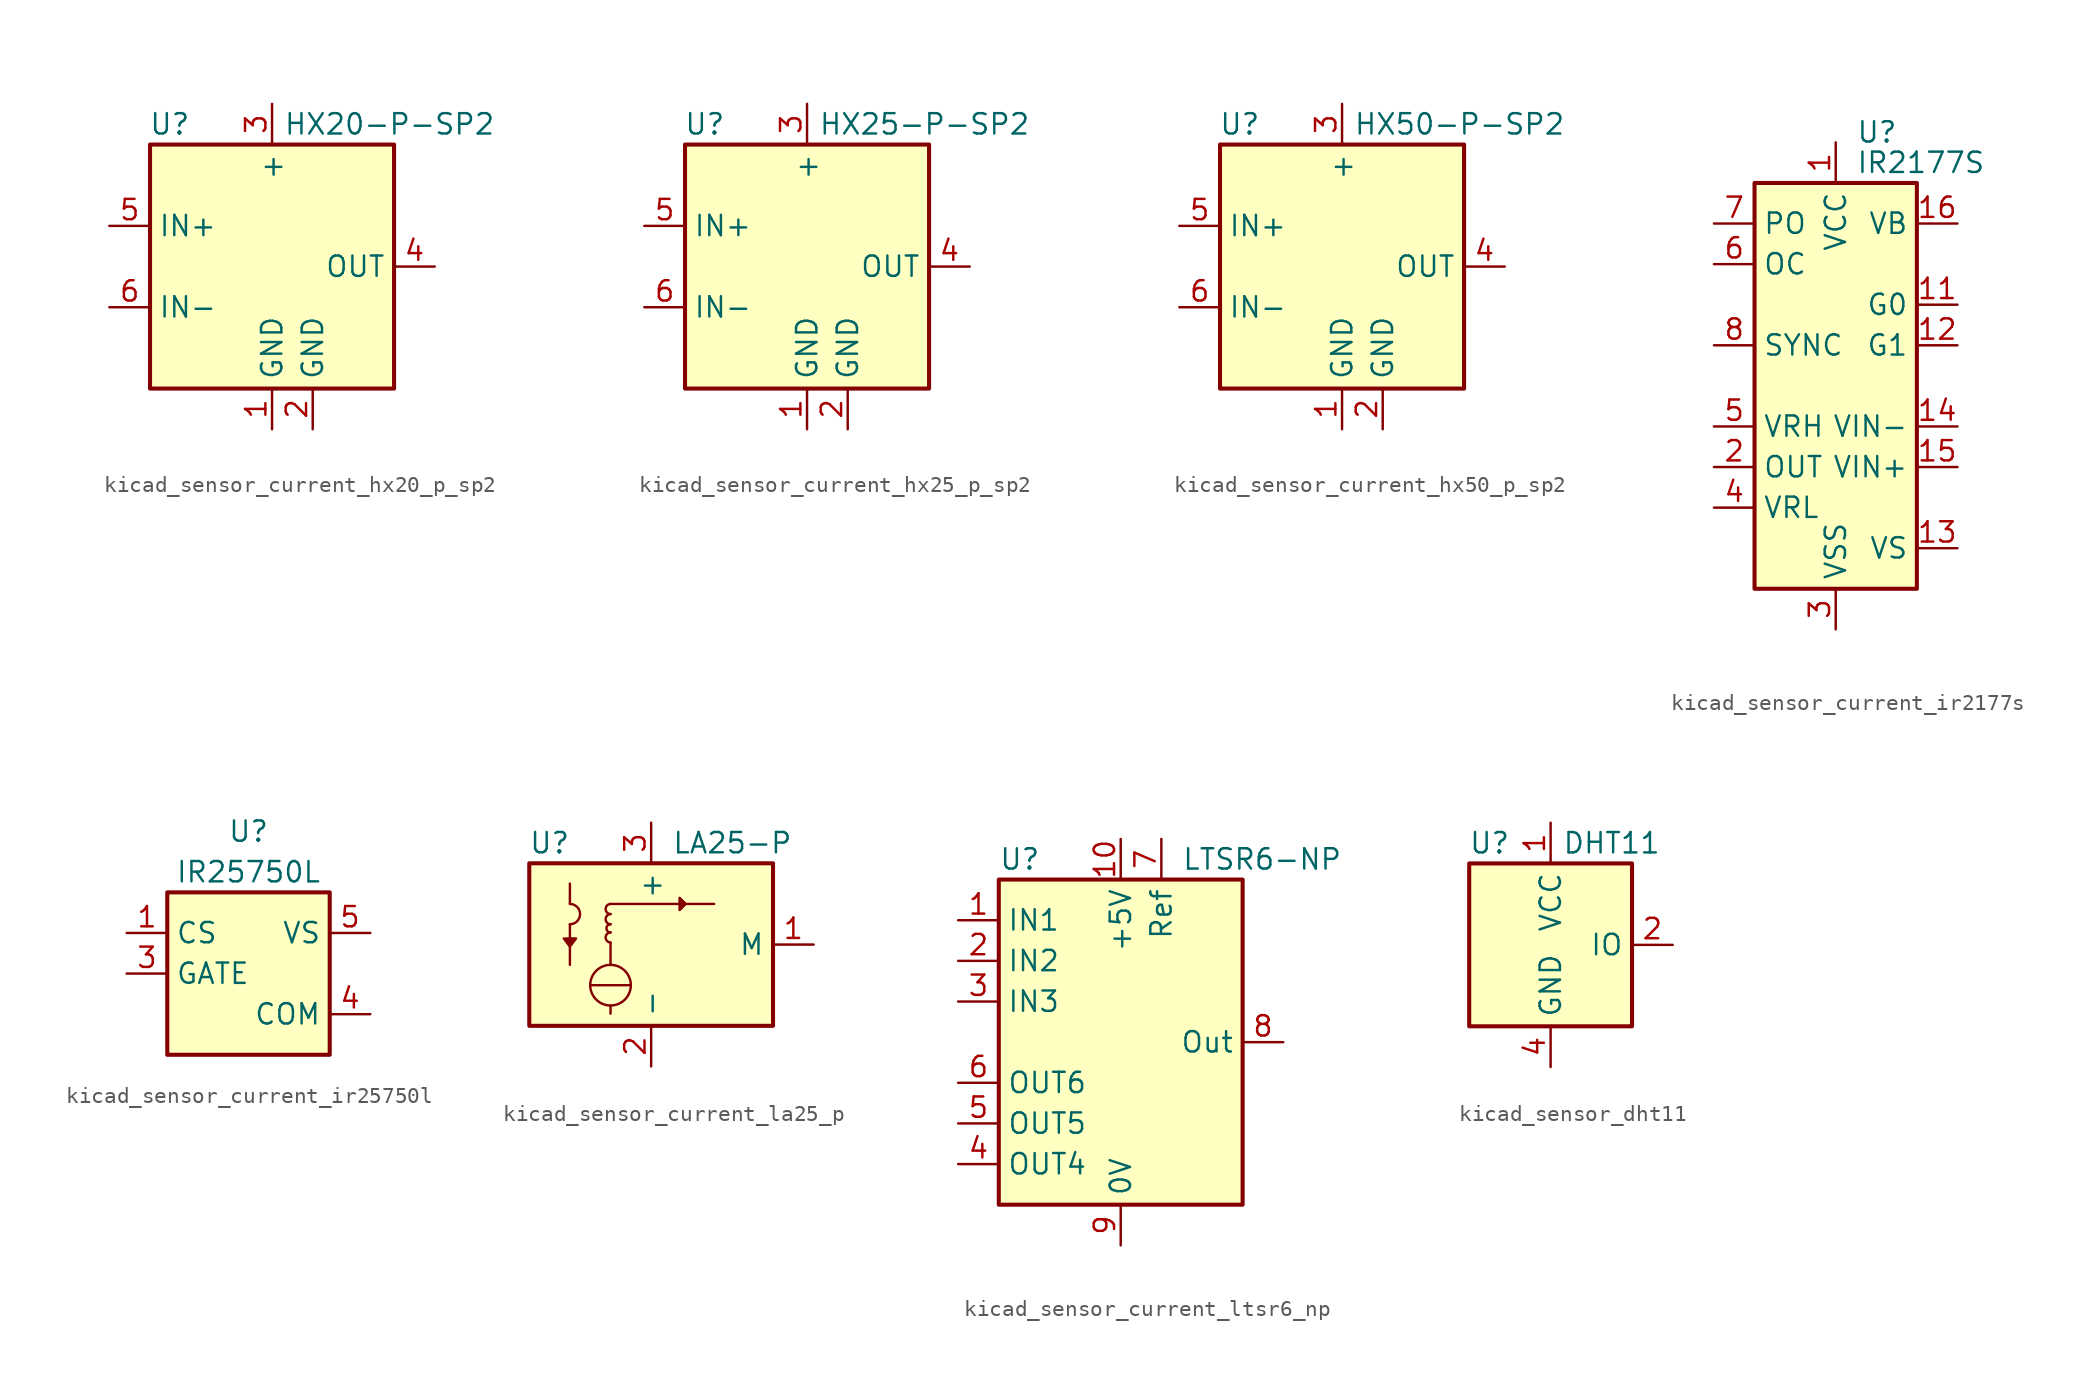
<source format=kicad_sym>
(kicad_symbol_lib
  (version 20220914)
  (generator kicad_symbol_editor)
  (symbol "kicad_sensor_current_hx20_p_sp2"
    (property "Reference" "U"
      (at -5.08 8.89 0)
      (effects (font (size 1.27 1.27)) (justify right)))
    (property "Value" "HX20-P-SP2"
      (at 13.97 8.89 0)
      (effects (font (size 1.27 1.27)) (justify right)))
    (symbol "kicad_sensor_current_hx20_p_sp2_0_1"
      (rectangle (start -7.62 7.62) (end 7.62 -7.62) (stroke (width 0.254) (type default)) (fill (type background))))
    (symbol "kicad_sensor_current_hx20_p_sp2_1_1"
      (pin power_in line (at 0 -10.16 90) (length 2.54) (name "GND" (effects (font (size 1.27 1.27)))) (number "1" (effects (font (size 1.27 1.27)))))
      (pin power_in line (at 2.54 -10.16 90) (length 2.54) (name "GND" (effects (font (size 1.27 1.27)))) (number "2" (effects (font (size 1.27 1.27)))))
      (pin power_in line (at 0 10.16 270) (length 2.54) (name "+" (effects (font (size 1.27 1.27)))) (number "3" (effects (font (size 1.27 1.27)))))
      (pin output line (at 10.16 0 180) (length 2.54) (name "OUT" (effects (font (size 1.27 1.27)))) (number "4" (effects (font (size 1.27 1.27)))))
      (pin passive line (at -10.16 2.54 0) (length 2.54) (name "IN+" (effects (font (size 1.27 1.27)))) (number "5" (effects (font (size 1.27 1.27)))))
      (pin passive line (at -10.16 -2.54 0) (length 2.54) (name "IN-" (effects (font (size 1.27 1.27)))) (number "6" (effects (font (size 1.27 1.27)))))))
  (symbol "kicad_sensor_current_hx25_p_sp2"
    (property "Reference" "U"
      (at -5.08 8.89 0)
      (effects (font (size 1.27 1.27)) (justify right)))
    (property "Value" "HX25-P-SP2"
      (at 13.97 8.89 0)
      (effects (font (size 1.27 1.27)) (justify right)))
    (symbol "kicad_sensor_current_hx25_p_sp2_0_1"
      (rectangle (start -7.62 7.62) (end 7.62 -7.62) (stroke (width 0.254) (type default)) (fill (type background))))
    (symbol "kicad_sensor_current_hx25_p_sp2_1_1"
      (pin power_in line (at 0 -10.16 90) (length 2.54) (name "GND" (effects (font (size 1.27 1.27)))) (number "1" (effects (font (size 1.27 1.27)))))
      (pin power_in line (at 2.54 -10.16 90) (length 2.54) (name "GND" (effects (font (size 1.27 1.27)))) (number "2" (effects (font (size 1.27 1.27)))))
      (pin power_in line (at 0 10.16 270) (length 2.54) (name "+" (effects (font (size 1.27 1.27)))) (number "3" (effects (font (size 1.27 1.27)))))
      (pin output line (at 10.16 0 180) (length 2.54) (name "OUT" (effects (font (size 1.27 1.27)))) (number "4" (effects (font (size 1.27 1.27)))))
      (pin passive line (at -10.16 2.54 0) (length 2.54) (name "IN+" (effects (font (size 1.27 1.27)))) (number "5" (effects (font (size 1.27 1.27)))))
      (pin passive line (at -10.16 -2.54 0) (length 2.54) (name "IN-" (effects (font (size 1.27 1.27)))) (number "6" (effects (font (size 1.27 1.27)))))))
  (symbol "kicad_sensor_current_hx50_p_sp2"
    (property "Reference" "U"
      (at -5.08 8.89 0)
      (effects (font (size 1.27 1.27)) (justify right)))
    (property "Value" "HX50-P-SP2"
      (at 13.97 8.89 0)
      (effects (font (size 1.27 1.27)) (justify right)))
    (symbol "kicad_sensor_current_hx50_p_sp2_0_1"
      (rectangle (start -7.62 7.62) (end 7.62 -7.62) (stroke (width 0.254) (type default)) (fill (type background))))
    (symbol "kicad_sensor_current_hx50_p_sp2_1_1"
      (pin power_in line (at 0 -10.16 90) (length 2.54) (name "GND" (effects (font (size 1.27 1.27)))) (number "1" (effects (font (size 1.27 1.27)))))
      (pin power_in line (at 2.54 -10.16 90) (length 2.54) (name "GND" (effects (font (size 1.27 1.27)))) (number "2" (effects (font (size 1.27 1.27)))))
      (pin power_in line (at 0 10.16 270) (length 2.54) (name "+" (effects (font (size 1.27 1.27)))) (number "3" (effects (font (size 1.27 1.27)))))
      (pin output line (at 10.16 0 180) (length 2.54) (name "OUT" (effects (font (size 1.27 1.27)))) (number "4" (effects (font (size 1.27 1.27)))))
      (pin passive line (at -10.16 2.54 0) (length 2.54) (name "IN+" (effects (font (size 1.27 1.27)))) (number "5" (effects (font (size 1.27 1.27)))))
      (pin passive line (at -10.16 -2.54 0) (length 2.54) (name "IN-" (effects (font (size 1.27 1.27)))) (number "6" (effects (font (size 1.27 1.27)))))))
  (symbol "kicad_sensor_current_ir2177s"
    (property "Reference" "U"
      (at 1.27 15.875 0)
      (effects (font (size 1.27 1.27)) (justify left)))
    (property "Value" "IR2177S"
      (at 1.27 13.97 0)
      (effects (font (size 1.27 1.27)) (justify left)))
    (symbol "kicad_sensor_current_ir2177s_0_1"
      (rectangle (start -5.08 -12.7) (end 5.08 12.7) (stroke (width 0.254) (type default)) (fill (type background))))
    (symbol "kicad_sensor_current_ir2177s_1_1"
      (pin power_in line (at 0 15.24 270) (length 2.54) (name "VCC" (effects (font (size 1.27 1.27)))) (number "1" (effects (font (size 1.27 1.27)))))
      (pin no_connect line (at -5.08 0 0) (length 2.54) hide (name "NC" (effects (font (size 1.27 1.27)))) (number "10" (effects (font (size 1.27 1.27)))))
      (pin input line (at 7.62 5.08 180) (length 2.54) (name "G0" (effects (font (size 1.27 1.27)))) (number "11" (effects (font (size 1.27 1.27)))))
      (pin input line (at 7.62 2.54 180) (length 2.54) (name "G1" (effects (font (size 1.27 1.27)))) (number "12" (effects (font (size 1.27 1.27)))))
      (pin passive line (at 7.62 -10.16 180) (length 2.54) (name "VS" (effects (font (size 1.27 1.27)))) (number "13" (effects (font (size 1.27 1.27)))))
      (pin passive line (at 7.62 -2.54 180) (length 2.54) (name "VIN-" (effects (font (size 1.27 1.27)))) (number "14" (effects (font (size 1.27 1.27)))))
      (pin passive line (at 7.62 -5.08 180) (length 2.54) (name "VIN+" (effects (font (size 1.27 1.27)))) (number "15" (effects (font (size 1.27 1.27)))))
      (pin passive line (at 7.62 10.16 180) (length 2.54) (name "VB" (effects (font (size 1.27 1.27)))) (number "16" (effects (font (size 1.27 1.27)))))
      (pin output line (at -7.62 -5.08 0) (length 2.54) (name "OUT" (effects (font (size 1.27 1.27)))) (number "2" (effects (font (size 1.27 1.27)))))
      (pin power_in line (at 0 -15.24 90) (length 2.54) (name "VSS" (effects (font (size 1.27 1.27)))) (number "3" (effects (font (size 1.27 1.27)))))
      (pin input line (at -7.62 -7.62 0) (length 2.54) (name "VRL" (effects (font (size 1.27 1.27)))) (number "4" (effects (font (size 1.27 1.27)))))
      (pin input line (at -7.62 -2.54 0) (length 2.54) (name "VRH" (effects (font (size 1.27 1.27)))) (number "5" (effects (font (size 1.27 1.27)))))
      (pin open_collector line (at -7.62 7.62 0) (length 2.54) (name "OC" (effects (font (size 1.27 1.27)))) (number "6" (effects (font (size 1.27 1.27)))))
      (pin open_collector line (at -7.62 10.16 0) (length 2.54) (name "PO" (effects (font (size 1.27 1.27)))) (number "7" (effects (font (size 1.27 1.27)))))
      (pin input line (at -7.62 2.54 0) (length 2.54) (name "SYNC" (effects (font (size 1.27 1.27)))) (number "8" (effects (font (size 1.27 1.27)))))
      (pin no_connect line (at -5.08 5.08 0) (length 2.54) hide (name "NC" (effects (font (size 1.27 1.27)))) (number "9" (effects (font (size 1.27 1.27)))))))
  (symbol "kicad_sensor_current_ir25750l"
    (property "Reference" "U"
      (at 0 8.89 0)
      (effects (font (size 1.27 1.27))))
    (property "Value" "IR25750L"
      (at 0 6.35 0)
      (effects (font (size 1.27 1.27))))
    (symbol "kicad_sensor_current_ir25750l_0_1"
      (rectangle (start -5.08 -5.08) (end 5.08 5.08) (stroke (width 0.254) (type default)) (fill (type background))))
    (symbol "kicad_sensor_current_ir25750l_1_1"
      (pin output line (at -7.62 2.54 0) (length 2.54) (name "CS" (effects (font (size 1.27 1.27)))) (number "1" (effects (font (size 1.27 1.27)))))
      (pin no_connect line (at -5.08 -2.54 0) (length 2.54) hide (name "NC" (effects (font (size 1.27 1.27)))) (number "2" (effects (font (size 1.27 1.27)))))
      (pin input line (at -7.62 0 0) (length 2.54) (name "GATE" (effects (font (size 1.27 1.27)))) (number "3" (effects (font (size 1.27 1.27)))))
      (pin power_in line (at 7.62 -2.54 180) (length 2.54) (name "COM" (effects (font (size 1.27 1.27)))) (number "4" (effects (font (size 1.27 1.27)))))
      (pin passive line (at 7.62 2.54 180) (length 2.54) (name "VS" (effects (font (size 1.27 1.27)))) (number "5" (effects (font (size 1.27 1.27)))))))
  (symbol "kicad_sensor_current_la25_p"
    (property "Reference" "U"
      (at -6.35 6.35 0)
      (effects (font (size 1.27 1.27))))
    (property "Value" "LA25-P"
      (at 5.08 6.35 0)
      (effects (font (size 1.27 1.27))))
    (symbol "kicad_sensor_current_la25_p_0_1"
      (arc (start -5.08 1.27) (mid -4.4477 1.905) (end -5.08 2.54) (stroke (width 0) (type default)) (fill (type none)))
      (circle (center -2.54 -2.54) (radius 1.27) (stroke (width 0) (type default)) (fill (type none)))
      (arc (start -2.54 0.762) (mid -2.8448 0.4572) (end -2.54 0.127) (stroke (width 0) (type default)) (fill (type none)))
      (arc (start -2.54 1.27) (mid -2.7929 1.016) (end -2.54 0.762) (stroke (width 0) (type default)) (fill (type none)))
      (arc (start -2.54 1.905) (mid -2.8448 1.6002) (end -2.54 1.27) (stroke (width 0) (type default)) (fill (type none)))
      (arc (start -2.54 2.54) (mid -2.8448 2.2352) (end -2.54 1.905) (stroke (width 0) (type default)) (fill (type none)))
      (polyline (pts (xy -5.08 1.27) (xy -5.08 -1.27)) (stroke (width 0) (type default)) (fill (type none)))
      (polyline (pts (xy -5.08 3.81) (xy -5.08 2.54)) (stroke (width 0) (type default)) (fill (type none)))
      (polyline (pts (xy -3.81 -2.54) (xy -1.27 -2.54)) (stroke (width 0) (type default)) (fill (type none)))
      (polyline (pts (xy -2.54 -3.81) (xy -2.54 -4.318)) (stroke (width 0) (type default)) (fill (type none)))
      (polyline (pts (xy -2.54 -1.27) (xy -2.54 0.127)) (stroke (width 0) (type default)) (fill (type none)))
      (polyline (pts (xy -2.54 2.54) (xy 3.937 2.54)) (stroke (width 0) (type default)) (fill (type none)))
      (polyline (pts (xy -5.334 0.381) (xy -4.699 0.381) (xy -5.08 -0.127) (xy -5.461 0.381)) (stroke (width 0) (type default)) (fill (type outline)))
      (polyline (pts (xy 2.159 2.54) (xy 1.778 2.921) (xy 1.778 2.159) (xy 2.159 2.54)) (stroke (width 0) (type default)) (fill (type outline)))
      (rectangle (start 7.62 -5.08) (end -7.62 5.08) (stroke (width 0.254) (type default)) (fill (type background))))
    (symbol "kicad_sensor_current_la25_p_1_1"
      (pin output line (at 10.16 0 180) (length 2.54) (name "M" (effects (font (size 1.27 1.27)))) (number "1" (effects (font (size 1.27 1.27)))))
      (pin power_in line (at 0 -7.62 90) (length 2.54) (name "-" (effects (font (size 1.27 1.27)))) (number "2" (effects (font (size 1.27 1.27)))))
      (pin power_in line (at 0 7.62 270) (length 2.54) (name "+" (effects (font (size 1.27 1.27)))) (number "3" (effects (font (size 1.27 1.27)))))))
  (symbol "kicad_sensor_current_ltsr6_np"
    (property "Reference" "U"
      (at -7.62 11.43 0)
      (effects (font (size 1.27 1.27)) (justify left)))
    (property "Value" "LTSR6-NP"
      (at 3.81 11.43 0)
      (effects (font (size 1.27 1.27)) (justify left)))
    (symbol "kicad_sensor_current_ltsr6_np_0_1"
      (rectangle (start -7.62 10.16) (end 7.62 -10.16) (stroke (width 0.254) (type default)) (fill (type background))))
    (symbol "kicad_sensor_current_ltsr6_np_1_1"
      (pin passive line (at -10.16 7.62 0) (length 2.54) (name "IN1" (effects (font (size 1.27 1.27)))) (number "1" (effects (font (size 1.27 1.27)))))
      (pin power_in line (at 0 12.7 270) (length 2.54) (name "+5V" (effects (font (size 1.27 1.27)))) (number "10" (effects (font (size 1.27 1.27)))))
      (pin passive line (at -10.16 5.08 0) (length 2.54) (name "IN2" (effects (font (size 1.27 1.27)))) (number "2" (effects (font (size 1.27 1.27)))))
      (pin passive line (at -10.16 2.54 0) (length 2.54) (name "IN3" (effects (font (size 1.27 1.27)))) (number "3" (effects (font (size 1.27 1.27)))))
      (pin passive line (at -10.16 -7.62 0) (length 2.54) (name "OUT4" (effects (font (size 1.27 1.27)))) (number "4" (effects (font (size 1.27 1.27)))))
      (pin passive line (at -10.16 -5.08 0) (length 2.54) (name "OUT5" (effects (font (size 1.27 1.27)))) (number "5" (effects (font (size 1.27 1.27)))))
      (pin passive line (at -10.16 -2.54 0) (length 2.54) (name "OUT6" (effects (font (size 1.27 1.27)))) (number "6" (effects (font (size 1.27 1.27)))))
      (pin passive line (at 2.54 12.7 270) (length 2.54) (name "Ref" (effects (font (size 1.27 1.27)))) (number "7" (effects (font (size 1.27 1.27)))))
      (pin output line (at 10.16 0 180) (length 2.54) (name "Out" (effects (font (size 1.27 1.27)))) (number "8" (effects (font (size 1.27 1.27)))))
      (pin power_in line (at 0 -12.7 90) (length 2.54) (name "0V" (effects (font (size 1.27 1.27)))) (number "9" (effects (font (size 1.27 1.27)))))))
  (symbol "kicad_sensor_dht11"
    (property "Reference" "U"
      (at -3.81 6.35 0)
      (effects (font (size 1.27 1.27))))
    (property "Value" "DHT11"
      (at 3.81 6.35 0)
      (effects (font (size 1.27 1.27))))
    (symbol "kicad_sensor_dht11_0_1"
      (rectangle (start -5.08 5.08) (end 5.08 -5.08) (stroke (width 0.254) (type default)) (fill (type background))))
    (symbol "kicad_sensor_dht11_1_1"
      (pin power_in line (at 0 7.62 270) (length 2.54) (name "VCC" (effects (font (size 1.27 1.27)))) (number "1" (effects (font (size 1.27 1.27)))))
      (pin bidirectional line (at 7.62 0 180) (length 2.54) (name "IO" (effects (font (size 1.27 1.27)))) (number "2" (effects (font (size 1.27 1.27)))))
      (pin no_connect line (at -5.08 0 0) (length 2.54) hide (name "NC" (effects (font (size 1.27 1.27)))) (number "3" (effects (font (size 1.27 1.27)))))
      (pin power_in line (at 0 -7.62 90) (length 2.54) (name "GND" (effects (font (size 1.27 1.27)))) (number "4" (effects (font (size 1.27 1.27))))))))
</source>
